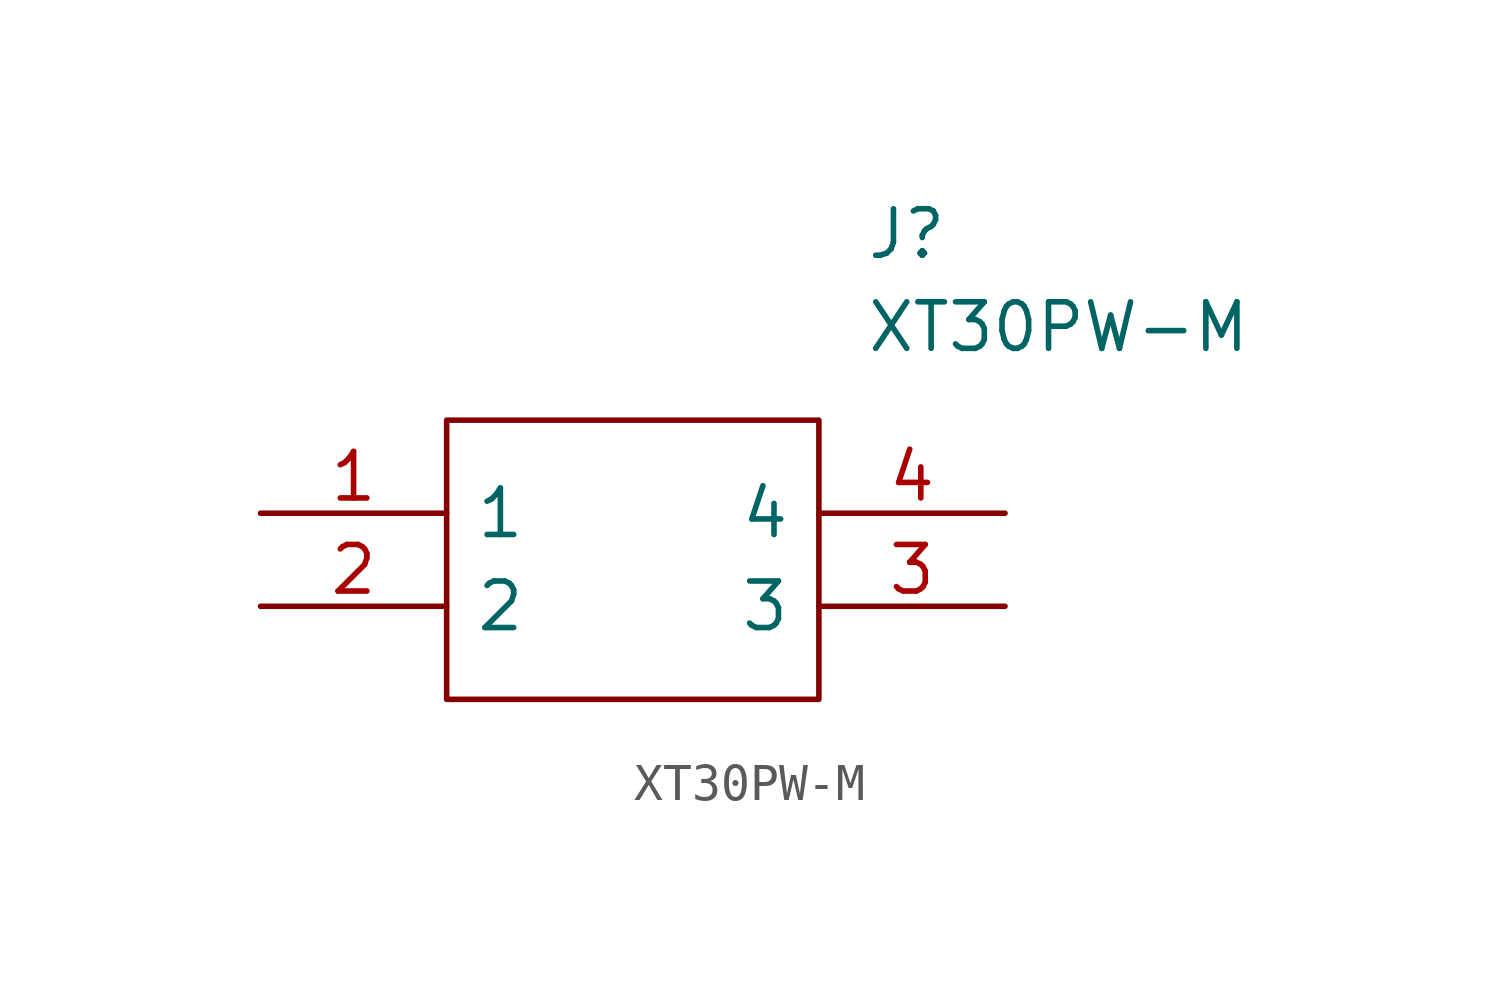
<source format=kicad_sym>
(kicad_symbol_lib
  (version 20211014)
  (generator kicad_symbol_editor)
  (symbol "XT30PW-M"
    (pin_names
      (offset 0.762))
    (property "Reference" "J"
      (at 16.51 7.62 0)
      (effects (font (size 1.27 1.27)) (justify left)))
    (property "Value" "XT30PW-M"
      (at 16.51 5.08 0)
      (effects (font (size 1.27 1.27)) (justify left)))
    (symbol "XT30PW-M_0_0"
      (pin passive line (at 0 0 0) (length 5.08) (name "1" (effects (font (size 1.27 1.27)))) (number "1" (effects (font (size 1.27 1.27)))))
      (pin passive line (at 0 -2.54 0) (length 5.08) (name "2" (effects (font (size 1.27 1.27)))) (number "2" (effects (font (size 1.27 1.27)))))
      (pin passive line (at 20.32 -2.54 180) (length 5.08) (name "3" (effects (font (size 1.27 1.27)))) (number "3" (effects (font (size 1.27 1.27)))))
      (pin passive line (at 20.32 0 180) (length 5.08) (name "4" (effects (font (size 1.27 1.27)))) (number "4" (effects (font (size 1.27 1.27))))))
    (symbol "XT30PW-M_0_1"
      (polyline (pts (xy 5.08 2.54) (xy 15.24 2.54) (xy 15.24 -5.08) (xy 5.08 -5.08) (xy 5.08 2.54)) (stroke (width 0.152) (type default) (color 0 0 0 0)) (fill (type none))))))
</source>
